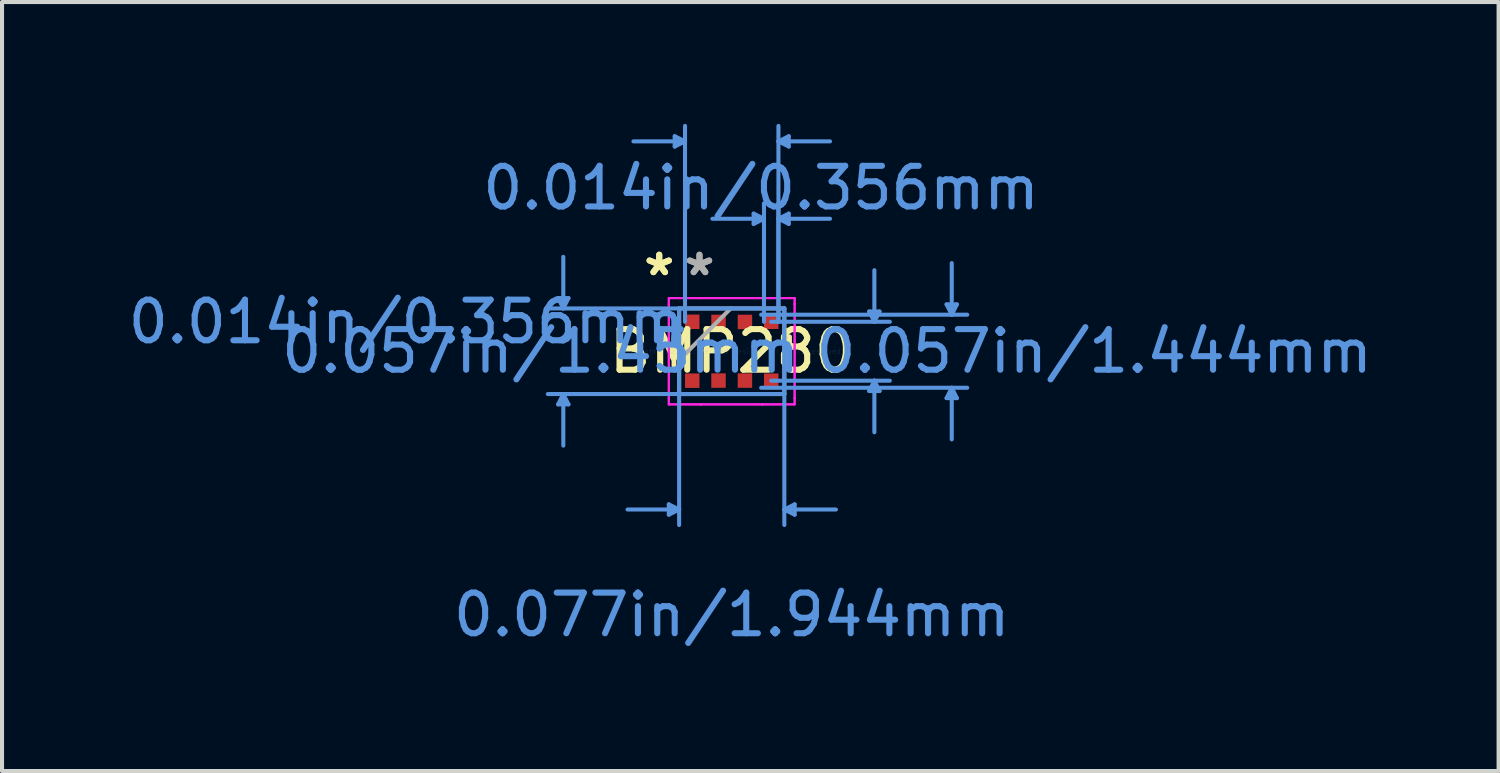
<source format=kicad_pcb>
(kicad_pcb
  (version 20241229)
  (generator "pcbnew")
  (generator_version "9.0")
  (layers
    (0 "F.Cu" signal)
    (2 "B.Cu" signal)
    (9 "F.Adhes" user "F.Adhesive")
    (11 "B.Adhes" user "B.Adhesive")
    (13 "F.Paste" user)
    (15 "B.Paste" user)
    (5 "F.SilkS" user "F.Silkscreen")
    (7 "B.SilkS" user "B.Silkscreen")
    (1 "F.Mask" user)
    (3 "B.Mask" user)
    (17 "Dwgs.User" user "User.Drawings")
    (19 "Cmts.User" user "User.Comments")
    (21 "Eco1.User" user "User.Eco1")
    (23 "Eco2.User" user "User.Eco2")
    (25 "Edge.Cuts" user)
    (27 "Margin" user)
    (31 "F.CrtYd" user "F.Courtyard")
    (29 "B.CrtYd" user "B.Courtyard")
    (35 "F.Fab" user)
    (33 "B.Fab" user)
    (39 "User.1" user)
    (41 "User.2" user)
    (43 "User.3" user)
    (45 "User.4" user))
  (footprint "BMP280"
    (layer "F.Cu")
    (at 14.966 5.598)
    (property "Reference" "BMP280" (at 0 0 0) (layer "F.SilkS") (effects (font (size 1 1) (thickness 0.15))))
    (attr through_hole)
    (fp_line (start -1.422 -0.356) (end -1.422 0.356) (stroke (width 0.12) (type solid)) (layer "F.SilkS"))
    (fp_line (start 1.422 0.356) (end 1.422 -0.356) (stroke (width 0.12) (type solid)) (layer "F.SilkS"))
    (fp_line (start -4.274 -1.308) (end -4.02 -1.308) (stroke (width 0.1) (type solid)) (layer "Cmts.User"))
    (fp_line (start -4.274 1.308) (end -4.02 1.308) (stroke (width 0.1) (type solid)) (layer "Cmts.User"))
    (fp_line (start -4.147 -1.054) (end -4.274 -1.308) (stroke (width 0.1) (type solid)) (layer "Cmts.User"))
    (fp_line (start -4.147 -1.054) (end -4.147 -2.324) (stroke (width 0.1) (type solid)) (layer "Cmts.User"))
    (fp_line (start -4.147 -1.054) (end -4.02 -1.308) (stroke (width 0.1) (type solid)) (layer "Cmts.User"))
    (fp_line (start -4.147 1.054) (end -4.274 1.308) (stroke (width 0.1) (type solid)) (layer "Cmts.User"))
    (fp_line (start -4.147 1.054) (end -4.147 2.324) (stroke (width 0.1) (type solid)) (layer "Cmts.User"))
    (fp_line (start -4.147 1.054) (end -4.02 1.308) (stroke (width 0.1) (type solid)) (layer "Cmts.User"))
    (fp_line (start -1.549 3.77) (end -1.549 4.024) (stroke (width 0.1) (type solid)) (layer "Cmts.User"))
    (fp_line (start -1.404 -5.294) (end -1.404 -5.04) (stroke (width 0.1) (type solid)) (layer "Cmts.User"))
    (fp_line (start -1.295 -1.054) (end -1.295 4.278) (stroke (width 0.1) (type solid)) (layer "Cmts.User"))
    (fp_line (start -1.295 3.897) (end -2.565 3.897) (stroke (width 0.1) (type solid)) (layer "Cmts.User"))
    (fp_line (start -1.295 3.897) (end -1.549 3.77) (stroke (width 0.1) (type solid)) (layer "Cmts.User"))
    (fp_line (start -1.295 3.897) (end -1.549 4.024) (stroke (width 0.1) (type solid)) (layer "Cmts.User"))
    (fp_line (start -1.15 -5.167) (end -2.42 -5.167) (stroke (width 0.1) (type solid)) (layer "Cmts.User"))
    (fp_line (start -1.15 -5.167) (end -1.404 -5.294) (stroke (width 0.1) (type solid)) (layer "Cmts.User"))
    (fp_line (start -1.15 -5.167) (end -1.404 -5.04) (stroke (width 0.1) (type solid)) (layer "Cmts.User"))
    (fp_line (start -1.15 -0.725) (end -1.15 -5.548) (stroke (width 0.1) (type solid)) (layer "Cmts.User"))
    (fp_line (start 0.54 -3.389) (end 0.54 -3.135) (stroke (width 0.1) (type solid)) (layer "Cmts.User"))
    (fp_line (start 0.725 -0.9) (end 5.798 -0.9) (stroke (width 0.1) (type solid)) (layer "Cmts.User"))
    (fp_line (start 0.725 0.9) (end 5.798 0.9) (stroke (width 0.1) (type solid)) (layer "Cmts.User"))
    (fp_line (start 0.794 -3.262) (end -0.476 -3.262) (stroke (width 0.1) (type solid)) (layer "Cmts.User"))
    (fp_line (start 0.794 -3.262) (end 0.54 -3.389) (stroke (width 0.1) (type solid)) (layer "Cmts.User"))
    (fp_line (start 0.794 -3.262) (end 0.54 -3.135) (stroke (width 0.1) (type solid)) (layer "Cmts.User"))
    (fp_line (start 0.794 -0.725) (end 0.794 -3.643) (stroke (width 0.1) (type solid)) (layer "Cmts.User"))
    (fp_line (start 0.972 -0.725) (end 3.893 -0.725) (stroke (width 0.1) (type solid)) (layer "Cmts.User"))
    (fp_line (start 0.972 0.725) (end 3.893 0.725) (stroke (width 0.1) (type solid)) (layer "Cmts.User"))
    (fp_line (start 1.15 -5.167) (end 1.404 -5.294) (stroke (width 0.1) (type solid)) (layer "Cmts.User"))
    (fp_line (start 1.15 -5.167) (end 1.404 -5.04) (stroke (width 0.1) (type solid)) (layer "Cmts.User"))
    (fp_line (start 1.15 -5.167) (end 2.42 -5.167) (stroke (width 0.1) (type solid)) (layer "Cmts.User"))
    (fp_line (start 1.15 -3.262) (end 1.404 -3.389) (stroke (width 0.1) (type solid)) (layer "Cmts.User"))
    (fp_line (start 1.15 -3.262) (end 1.404 -3.135) (stroke (width 0.1) (type solid)) (layer "Cmts.User"))
    (fp_line (start 1.15 -3.262) (end 2.42 -3.262) (stroke (width 0.1) (type solid)) (layer "Cmts.User"))
    (fp_line (start 1.15 -0.725) (end 1.15 -5.548) (stroke (width 0.1) (type solid)) (layer "Cmts.User"))
    (fp_line (start 1.15 -0.725) (end 1.15 -3.643) (stroke (width 0.1) (type solid)) (layer "Cmts.User"))
    (fp_line (start 1.295 -1.054) (end -4.528 -1.054) (stroke (width 0.1) (type solid)) (layer "Cmts.User"))
    (fp_line (start 1.295 -1.054) (end 1.295 4.278) (stroke (width 0.1) (type solid)) (layer "Cmts.User"))
    (fp_line (start 1.295 1.054) (end -4.528 1.054) (stroke (width 0.1) (type solid)) (layer "Cmts.User"))
    (fp_line (start 1.295 3.897) (end 1.549 3.77) (stroke (width 0.1) (type solid)) (layer "Cmts.User"))
    (fp_line (start 1.295 3.897) (end 1.549 4.024) (stroke (width 0.1) (type solid)) (layer "Cmts.User"))
    (fp_line (start 1.295 3.897) (end 2.565 3.897) (stroke (width 0.1) (type solid)) (layer "Cmts.User"))
    (fp_line (start 1.404 -5.294) (end 1.404 -5.04) (stroke (width 0.1) (type solid)) (layer "Cmts.User"))
    (fp_line (start 1.404 -3.389) (end 1.404 -3.135) (stroke (width 0.1) (type solid)) (layer "Cmts.User"))
    (fp_line (start 1.549 3.77) (end 1.549 4.024) (stroke (width 0.1) (type solid)) (layer "Cmts.User"))
    (fp_line (start 3.385 -0.979) (end 3.639 -0.979) (stroke (width 0.1) (type solid)) (layer "Cmts.User"))
    (fp_line (start 3.385 0.979) (end 3.639 0.979) (stroke (width 0.1) (type solid)) (layer "Cmts.User"))
    (fp_line (start 3.512 -0.725) (end 3.385 -0.979) (stroke (width 0.1) (type solid)) (layer "Cmts.User"))
    (fp_line (start 3.512 -0.725) (end 3.512 -1.995) (stroke (width 0.1) (type solid)) (layer "Cmts.User"))
    (fp_line (start 3.512 -0.725) (end 3.639 -0.979) (stroke (width 0.1) (type solid)) (layer "Cmts.User"))
    (fp_line (start 3.512 0.725) (end 3.385 0.979) (stroke (width 0.1) (type solid)) (layer "Cmts.User"))
    (fp_line (start 3.512 0.725) (end 3.512 1.995) (stroke (width 0.1) (type solid)) (layer "Cmts.User"))
    (fp_line (start 3.512 0.725) (end 3.639 0.979) (stroke (width 0.1) (type solid)) (layer "Cmts.User"))
    (fp_line (start 5.29 -1.154) (end 5.544 -1.154) (stroke (width 0.1) (type solid)) (layer "Cmts.User"))
    (fp_line (start 5.29 1.154) (end 5.544 1.154) (stroke (width 0.1) (type solid)) (layer "Cmts.User"))
    (fp_line (start 5.417 -0.9) (end 5.29 -1.154) (stroke (width 0.1) (type solid)) (layer "Cmts.User"))
    (fp_line (start 5.417 -0.9) (end 5.417 -2.17) (stroke (width 0.1) (type solid)) (layer "Cmts.User"))
    (fp_line (start 5.417 -0.9) (end 5.544 -1.154) (stroke (width 0.1) (type solid)) (layer "Cmts.User"))
    (fp_line (start 5.417 0.9) (end 5.29 1.154) (stroke (width 0.1) (type solid)) (layer "Cmts.User"))
    (fp_line (start 5.417 0.9) (end 5.417 2.17) (stroke (width 0.1) (type solid)) (layer "Cmts.User"))
    (fp_line (start 5.417 0.9) (end 5.544 1.154) (stroke (width 0.1) (type solid)) (layer "Cmts.User"))
    (fp_line (start -1.549 -1.308) (end -0.757 -1.308) (stroke (width 0.05) (type solid)) (layer "F.CrtYd"))
    (fp_line (start -1.549 -1.308) (end -0.757 -1.308) (stroke (width 0.05) (type solid)) (layer "F.CrtYd"))
    (fp_line (start -1.549 -1.157) (end -1.549 -1.308) (stroke (width 0.05) (type solid)) (layer "F.CrtYd"))
    (fp_line (start -1.549 -1.157) (end -1.549 -1.308) (stroke (width 0.05) (type solid)) (layer "F.CrtYd"))
    (fp_line (start -1.549 -1.157) (end -1.549 -1.157) (stroke (width 0.05) (type solid)) (layer "F.CrtYd"))
    (fp_line (start -1.549 -1.157) (end -1.549 -1.157) (stroke (width 0.05) (type solid)) (layer "F.CrtYd"))
    (fp_line (start -1.549 1.157) (end -1.549 -1.157) (stroke (width 0.05) (type solid)) (layer "F.CrtYd"))
    (fp_line (start -1.549 1.157) (end -1.549 -1.157) (stroke (width 0.05) (type solid)) (layer "F.CrtYd"))
    (fp_line (start -1.549 1.157) (end -1.549 1.157) (stroke (width 0.05) (type solid)) (layer "F.CrtYd"))
    (fp_line (start -1.549 1.157) (end -1.549 1.157) (stroke (width 0.05) (type solid)) (layer "F.CrtYd"))
    (fp_line (start -1.549 1.308) (end -1.549 1.157) (stroke (width 0.05) (type solid)) (layer "F.CrtYd"))
    (fp_line (start -1.549 1.308) (end -1.549 1.157) (stroke (width 0.05) (type solid)) (layer "F.CrtYd"))
    (fp_line (start -1.549 1.308) (end -0.757 1.308) (stroke (width 0.05) (type solid)) (layer "F.CrtYd"))
    (fp_line (start -0.757 -1.308) (end -0.757 -1.308) (stroke (width 0.05) (type solid)) (layer "F.CrtYd"))
    (fp_line (start -0.757 -1.308) (end -0.757 -1.308) (stroke (width 0.05) (type solid)) (layer "F.CrtYd"))
    (fp_line (start -0.757 -1.308) (end 0.757 -1.308) (stroke (width 0.05) (type solid)) (layer "F.CrtYd"))
    (fp_line (start -0.757 -1.308) (end 0.757 -1.308) (stroke (width 0.05) (type solid)) (layer "F.CrtYd"))
    (fp_line (start -0.757 1.308) (end -1.549 1.308) (stroke (width 0.05) (type solid)) (layer "F.CrtYd"))
    (fp_line (start -0.757 1.308) (end -0.757 1.308) (stroke (width 0.05) (type solid)) (layer "F.CrtYd"))
    (fp_line (start -0.757 1.308) (end -0.757 1.308) (stroke (width 0.05) (type solid)) (layer "F.CrtYd"))
    (fp_line (start -0.757 1.308) (end 0.757 1.308) (stroke (width 0.05) (type solid)) (layer "F.CrtYd"))
    (fp_line (start 0.757 -1.308) (end 0.757 -1.308) (stroke (width 0.05) (type solid)) (layer "F.CrtYd"))
    (fp_line (start 0.757 -1.308) (end 0.757 -1.308) (stroke (width 0.05) (type solid)) (layer "F.CrtYd"))
    (fp_line (start 0.757 -1.308) (end 1.549 -1.308) (stroke (width 0.05) (type solid)) (layer "F.CrtYd"))
    (fp_line (start 0.757 -1.308) (end 1.549 -1.308) (stroke (width 0.05) (type solid)) (layer "F.CrtYd"))
    (fp_line (start 0.757 1.308) (end -0.757 1.308) (stroke (width 0.05) (type solid)) (layer "F.CrtYd"))
    (fp_line (start 0.757 1.308) (end 0.757 1.308) (stroke (width 0.05) (type solid)) (layer "F.CrtYd"))
    (fp_line (start 0.757 1.308) (end 0.757 1.308) (stroke (width 0.05) (type solid)) (layer "F.CrtYd"))
    (fp_line (start 0.757 1.308) (end 1.549 1.308) (stroke (width 0.05) (type solid)) (layer "F.CrtYd"))
    (fp_line (start 1.549 -1.308) (end 1.549 -1.157) (stroke (width 0.05) (type solid)) (layer "F.CrtYd"))
    (fp_line (start 1.549 -1.157) (end 1.549 -1.308) (stroke (width 0.05) (type solid)) (layer "F.CrtYd"))
    (fp_line (start 1.549 -1.157) (end 1.549 -1.157) (stroke (width 0.05) (type solid)) (layer "F.CrtYd"))
    (fp_line (start 1.549 -1.157) (end 1.549 -1.157) (stroke (width 0.05) (type solid)) (layer "F.CrtYd"))
    (fp_line (start 1.549 -1.157) (end 1.549 1.157) (stroke (width 0.05) (type solid)) (layer "F.CrtYd"))
    (fp_line (start 1.549 1.157) (end 1.549 -1.157) (stroke (width 0.05) (type solid)) (layer "F.CrtYd"))
    (fp_line (start 1.549 1.157) (end 1.549 1.157) (stroke (width 0.05) (type solid)) (layer "F.CrtYd"))
    (fp_line (start 1.549 1.157) (end 1.549 1.157) (stroke (width 0.05) (type solid)) (layer "F.CrtYd"))
    (fp_line (start 1.549 1.157) (end 1.549 1.308) (stroke (width 0.05) (type solid)) (layer "F.CrtYd"))
    (fp_line (start 1.549 1.308) (end 0.757 1.308) (stroke (width 0.05) (type solid)) (layer "F.CrtYd"))
    (fp_line (start 1.549 1.308) (end 1.549 1.157) (stroke (width 0.05) (type solid)) (layer "F.CrtYd"))
    (fp_line (start -1.295 -1.054) (end -1.295 1.054) (stroke (width 0.1) (type solid)) (layer "F.Fab"))
    (fp_line (start -1.295 0.216) (end -0.025 -1.054) (stroke (width 0.1) (type solid)) (layer "F.Fab"))
    (fp_line (start -1.295 1.054) (end 1.295 1.054) (stroke (width 0.1) (type solid)) (layer "F.Fab"))
    (fp_line (start 1.295 -1.054) (end -1.295 -1.054) (stroke (width 0.1) (type solid)) (layer "F.Fab"))
    (fp_line (start 1.295 1.054) (end 1.295 -1.054) (stroke (width 0.1) (type solid)) (layer "F.Fab"))
    (fp_text user "*" (at -1.785 -1.831 0) (layer "F.SilkS") (effects (font (size 1 1) (thickness 0.15))))
    (fp_text user "*" (at -1.785 -1.831 0) (layer "F.SilkS") (effects (font (size 1 1) (thickness 0.15))))
    (fp_text user "0.057in/1.444mm" (at 8.922 0 0) (layer "Cmts.User") (effects (font (size 1 1) (thickness 0.15))))
    (fp_text user "0.014in/0.356mm" (at -8.008 -0.725 0) (layer "Cmts.User") (effects (font (size 1 1) (thickness 0.15))))
    (fp_text user "0.014in/0.356mm" (at 0.722 -4.02 0) (layer "Cmts.User") (effects (font (size 1 1) (thickness 0.15))))
    (fp_text user "0.057in/1.45mm" (at -4.706 0 0) (layer "Cmts.User") (effects (font (size 1 1) (thickness 0.15))))
    (fp_text user "0.077in/1.944mm" (at 0 6.488 0) (layer "Cmts.User") (effects (font (size 1 1) (thickness 0.15))))
    (fp_text user "Copyright 2021 Accelerated Designs. All rights reserved." (at 0 0 0) (layer "Cmts.User") (effects (font (size 0.127 0.127) (thickness 0.002))))
    (fp_text user "*" (at -0.794 -1.831 0) (layer "F.Fab") (effects (font (size 1 1) (thickness 0.15))))
    (fp_text user "*" (at -0.794 -1.831 0) (layer "F.Fab") (effects (font (size 1 1) (thickness 0.15))))
    (pad "1" smd rect (at -0.972 -0.725 90) (size 0.356 0.356) (layers "F.Cu" "F.Mask" "F.Paste"))
    (pad "2" smd rect (at -0.325 -0.722) (size 0.356 0.356) (layers "F.Cu" "F.Mask" "F.Paste"))
    (pad "3" smd rect (at 0.325 -0.722) (size 0.356 0.356) (layers "F.Cu" "F.Mask" "F.Paste"))
    (pad "4" smd rect (at 0.972 -0.725 90) (size 0.356 0.356) (layers "F.Cu" "F.Mask" "F.Paste"))
    (pad "5" smd rect (at 0.972 0.725 90) (size 0.356 0.356) (layers "F.Cu" "F.Mask" "F.Paste"))
    (pad "6" smd rect (at 0.325 0.722) (size 0.356 0.356) (layers "F.Cu" "F.Mask" "F.Paste"))
    (pad "7" smd rect (at -0.325 0.722) (size 0.356 0.356) (layers "F.Cu" "F.Mask" "F.Paste"))
    (pad "8" smd rect (at -0.972 0.725 90) (size 0.356 0.356) (layers "F.Cu" "F.Mask" "F.Paste")))
  (gr_rect
    (start -3 -3)
    (end 33.847 15.934)
    (stroke (width 0.1) (type default))
    (fill no)
    (layer "Edge.Cuts")))
</source>
